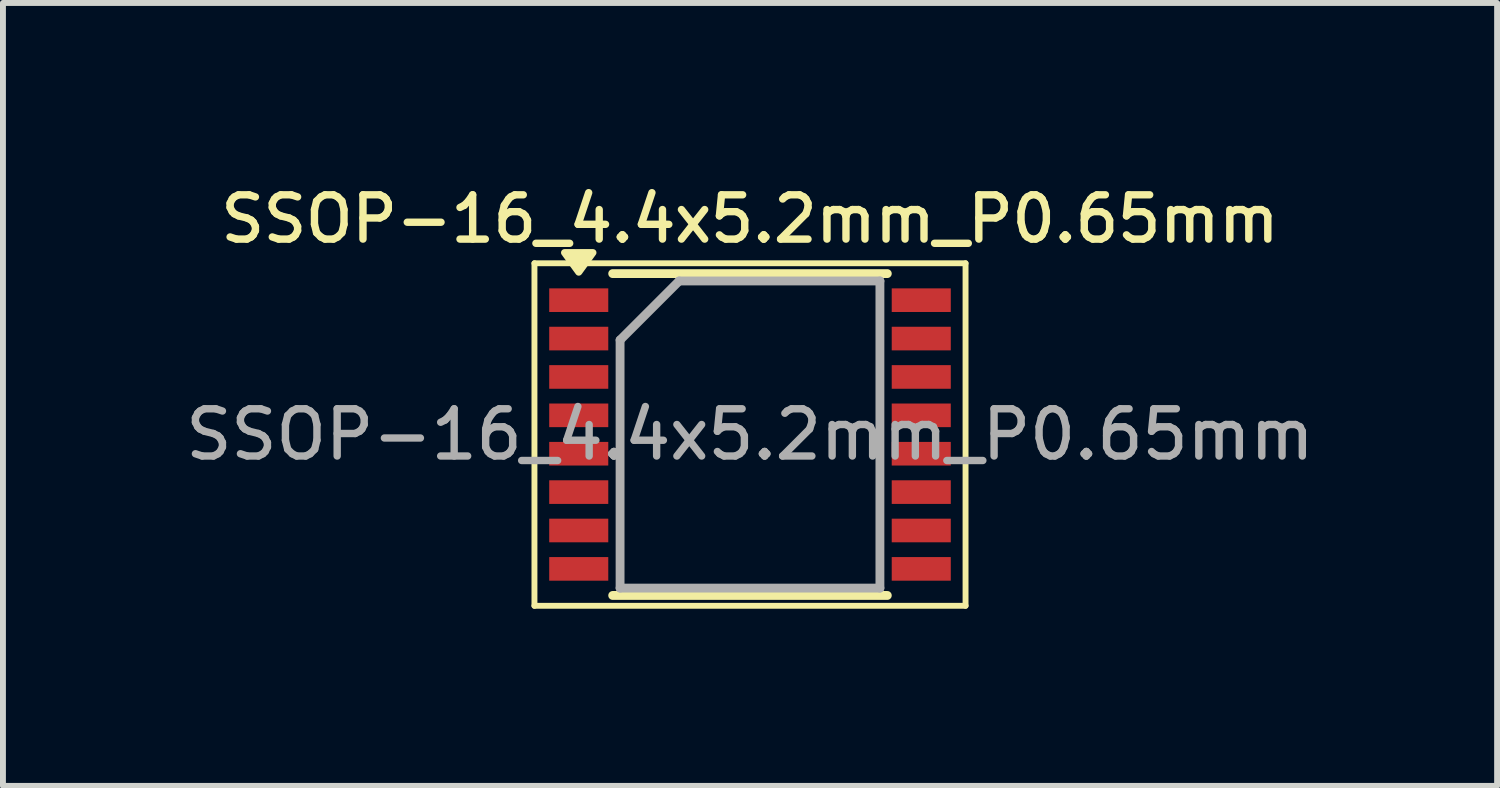
<source format=kicad_pcb>
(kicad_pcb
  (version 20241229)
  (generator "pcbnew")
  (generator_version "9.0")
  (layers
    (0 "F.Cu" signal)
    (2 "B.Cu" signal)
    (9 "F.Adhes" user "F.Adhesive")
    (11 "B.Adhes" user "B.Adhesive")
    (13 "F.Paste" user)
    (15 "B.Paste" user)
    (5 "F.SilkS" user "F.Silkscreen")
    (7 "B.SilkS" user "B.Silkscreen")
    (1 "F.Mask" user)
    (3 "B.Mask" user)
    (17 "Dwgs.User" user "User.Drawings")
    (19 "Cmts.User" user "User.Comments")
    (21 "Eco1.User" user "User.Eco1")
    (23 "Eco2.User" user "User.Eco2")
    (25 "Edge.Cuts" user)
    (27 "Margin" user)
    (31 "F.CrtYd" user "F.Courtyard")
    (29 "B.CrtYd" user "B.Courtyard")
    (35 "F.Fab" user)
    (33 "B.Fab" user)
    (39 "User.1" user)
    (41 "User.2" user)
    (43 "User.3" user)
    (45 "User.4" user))
  (footprint "SSOP-16_4.4x5.2mm_P0.65mm"
    (layer "F.Cu")
    (at 9.65 4.308)
    (property "Reference" "SSOP-16_4.4x5.2mm_P0.65mm" (at 0 -3.65 0) (layer "F.SilkS") (effects (font (size 0.75 0.75) (thickness 0.125))))
    (attr smd)
    (fp_line (start -3.65 -2.9) (end -3.65 2.9) (stroke (width 0.1) (type solid)) (layer "F.SilkS"))
    (fp_line (start -3.65 -2.9) (end 3.65 -2.9) (stroke (width 0.1) (type solid)) (layer "F.SilkS"))
    (fp_line (start -3.65 2.9) (end 3.65 2.9) (stroke (width 0.1) (type solid)) (layer "F.SilkS"))
    (fp_line (start -2.325 -2.725) (end 2.325 -2.725) (stroke (width 0.15) (type solid)) (layer "F.SilkS"))
    (fp_line (start -2.325 2.725) (end 2.325 2.725) (stroke (width 0.15) (type solid)) (layer "F.SilkS"))
    (fp_line (start 3.65 -2.9) (end 3.65 2.9) (stroke (width 0.1) (type solid)) (layer "F.SilkS"))
    (fp_poly (pts (xy -2.9 -2.75) (xy -3.14 -3.08) (xy -2.66 -3.08) (xy -2.9 -2.75)) (stroke (width 0.12) (type solid)) (fill yes) (layer "F.SilkS"))
    (fp_line (start -2.2 -1.6) (end -1.2 -2.6) (stroke (width 0.15) (type solid)) (layer "F.Fab"))
    (fp_line (start -2.2 2.6) (end -2.2 -1.6) (stroke (width 0.15) (type solid)) (layer "F.Fab"))
    (fp_line (start -1.2 -2.6) (end 2.2 -2.6) (stroke (width 0.15) (type solid)) (layer "F.Fab"))
    (fp_line (start 2.2 -2.6) (end 2.2 2.6) (stroke (width 0.15) (type solid)) (layer "F.Fab"))
    (fp_line (start 2.2 2.6) (end -2.2 2.6) (stroke (width 0.15) (type solid)) (layer "F.Fab"))
    (fp_text user "${REFERENCE}" (at 0 0 0) (layer "F.Fab") (effects (font (size 0.8 0.8) (thickness 0.125))))
    (pad "1" smd rect (at -2.9 -2.275) (size 1 0.4) (layers "F.Cu" "F.Mask" "F.Paste"))
    (pad "2" smd rect (at -2.9 -1.625) (size 1 0.4) (layers "F.Cu" "F.Mask" "F.Paste"))
    (pad "3" smd rect (at -2.9 -0.975) (size 1 0.4) (layers "F.Cu" "F.Mask" "F.Paste"))
    (pad "4" smd rect (at -2.9 -0.325) (size 1 0.4) (layers "F.Cu" "F.Mask" "F.Paste"))
    (pad "5" smd rect (at -2.9 0.325) (size 1 0.4) (layers "F.Cu" "F.Mask" "F.Paste"))
    (pad "6" smd rect (at -2.9 0.975) (size 1 0.4) (layers "F.Cu" "F.Mask" "F.Paste"))
    (pad "7" smd rect (at -2.9 1.625) (size 1 0.4) (layers "F.Cu" "F.Mask" "F.Paste"))
    (pad "8" smd rect (at -2.9 2.275) (size 1 0.4) (layers "F.Cu" "F.Mask" "F.Paste"))
    (pad "9" smd rect (at 2.9 2.275) (size 1 0.4) (layers "F.Cu" "F.Mask" "F.Paste"))
    (pad "10" smd rect (at 2.9 1.625) (size 1 0.4) (layers "F.Cu" "F.Mask" "F.Paste"))
    (pad "11" smd rect (at 2.9 0.975) (size 1 0.4) (layers "F.Cu" "F.Mask" "F.Paste"))
    (pad "12" smd rect (at 2.9 0.325) (size 1 0.4) (layers "F.Cu" "F.Mask" "F.Paste"))
    (pad "13" smd rect (at 2.9 -0.325) (size 1 0.4) (layers "F.Cu" "F.Mask" "F.Paste"))
    (pad "14" smd rect (at 2.9 -0.975) (size 1 0.4) (layers "F.Cu" "F.Mask" "F.Paste"))
    (pad "15" smd rect (at 2.9 -1.625) (size 1 0.4) (layers "F.Cu" "F.Mask" "F.Paste"))
    (pad "16" smd rect (at 2.9 -2.275) (size 1 0.4) (layers "F.Cu" "F.Mask" "F.Paste")))
  (gr_rect
    (start -3 -3)
    (end 22.301 10.258)
    (stroke (width 0.1) (type default))
    (fill no)
    (layer "Edge.Cuts")))
</source>
